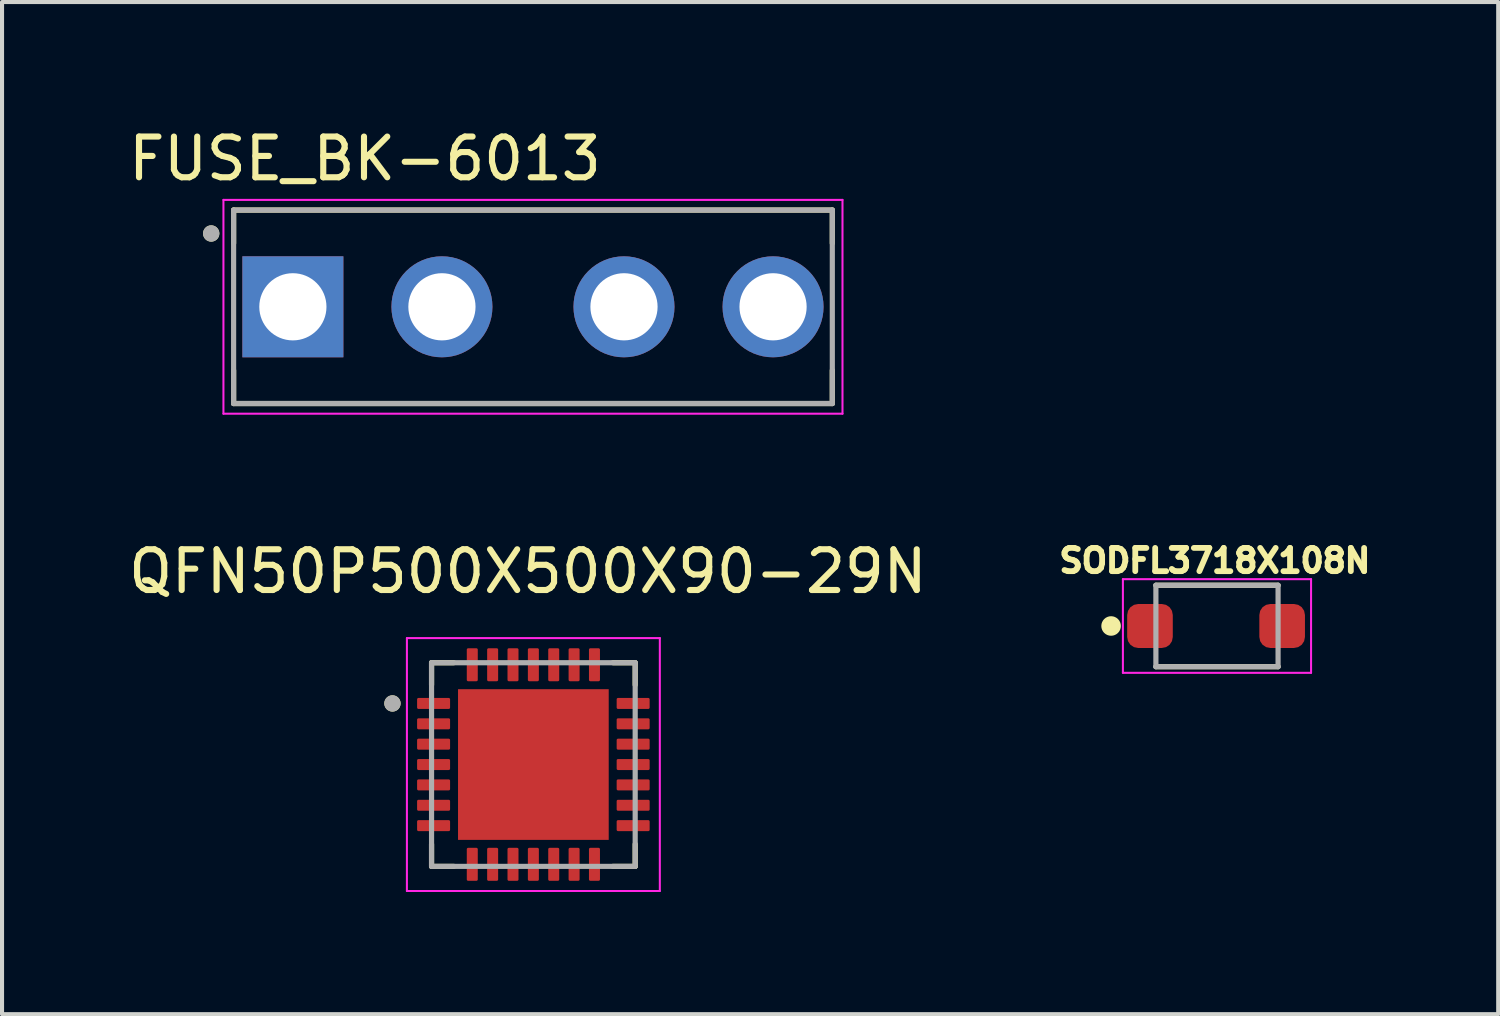
<source format=kicad_pcb>
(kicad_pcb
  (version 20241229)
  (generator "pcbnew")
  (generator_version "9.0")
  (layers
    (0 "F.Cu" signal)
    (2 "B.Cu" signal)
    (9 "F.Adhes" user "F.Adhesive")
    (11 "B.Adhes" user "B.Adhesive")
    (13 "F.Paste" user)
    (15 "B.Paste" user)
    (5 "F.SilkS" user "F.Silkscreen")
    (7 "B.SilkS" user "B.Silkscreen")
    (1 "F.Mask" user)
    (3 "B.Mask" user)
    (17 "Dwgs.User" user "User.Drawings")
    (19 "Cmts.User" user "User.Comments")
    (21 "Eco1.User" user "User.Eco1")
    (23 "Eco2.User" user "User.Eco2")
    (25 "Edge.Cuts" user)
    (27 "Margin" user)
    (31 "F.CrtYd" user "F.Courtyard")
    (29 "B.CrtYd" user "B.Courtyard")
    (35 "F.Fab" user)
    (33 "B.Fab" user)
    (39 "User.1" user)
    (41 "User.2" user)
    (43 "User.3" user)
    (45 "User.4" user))
  (footprint "FUSE_BK-6013"
    (layer "F.Cu")
    (at 10.036 4.483)
    (property "Reference" "FUSE_BK-6013" (at -4.125 -3.635 0) (layer "F.SilkS") (effects (font (size 1 1) (thickness 0.15))))
    (attr through_hole)
    (fp_line (start -7.35 -2.375) (end -7.35 -1.56) (stroke (width 0.127) (type solid)) (layer "F.SilkS"))
    (fp_line (start -7.35 1.56) (end -7.35 2.375) (stroke (width 0.127) (type solid)) (layer "F.SilkS"))
    (fp_line (start -7.35 2.375) (end 7.35 2.375) (stroke (width 0.127) (type solid)) (layer "F.SilkS"))
    (fp_line (start 7.35 -2.375) (end -7.35 -2.375) (stroke (width 0.127) (type solid)) (layer "F.SilkS"))
    (fp_line (start 7.35 -1.56) (end 7.35 -2.375) (stroke (width 0.127) (type solid)) (layer "F.SilkS"))
    (fp_line (start 7.35 2.375) (end 7.35 1.56) (stroke (width 0.127) (type solid)) (layer "F.SilkS"))
    (fp_circle (center -7.9 -1.8) (end -7.8 -1.8) (stroke (width 0.2) (type solid)) (fill no) (layer "F.SilkS"))
    (fp_line (start -7.6 -2.625) (end 7.6 -2.625) (stroke (width 0.05) (type solid)) (layer "F.CrtYd"))
    (fp_line (start -7.6 2.625) (end -7.6 -2.625) (stroke (width 0.05) (type solid)) (layer "F.CrtYd"))
    (fp_line (start 7.6 -2.625) (end 7.6 2.625) (stroke (width 0.05) (type solid)) (layer "F.CrtYd"))
    (fp_line (start 7.6 2.625) (end -7.6 2.625) (stroke (width 0.05) (type solid)) (layer "F.CrtYd"))
    (fp_line (start -7.35 -2.375) (end -7.35 2.375) (stroke (width 0.127) (type solid)) (layer "F.Fab"))
    (fp_line (start -7.35 2.375) (end 7.35 2.375) (stroke (width 0.127) (type solid)) (layer "F.Fab"))
    (fp_line (start 7.35 -2.375) (end -7.35 -2.375) (stroke (width 0.127) (type solid)) (layer "F.Fab"))
    (fp_line (start 7.35 2.375) (end 7.35 -2.375) (stroke (width 0.127) (type solid)) (layer "F.Fab"))
    (fp_circle (center -7.9 -1.8) (end -7.8 -1.8) (stroke (width 0.2) (type solid)) (fill no) (layer "F.Fab"))
    (pad "1" thru_hole rect (at -5.895 0) (size 2.48 2.48) (drill 1.65) (layers "*.Cu" "*.Mask"))
    (pad "2" thru_hole circle (at -2.235 0) (size 2.48 2.48) (drill 1.65) (layers "*.Cu" "*.Mask"))
    (pad "3" thru_hole circle (at 2.235 0) (size 2.48 2.48) (drill 1.65) (layers "*.Cu" "*.Mask"))
    (pad "4" thru_hole circle (at 5.895 0) (size 2.48 2.48) (drill 1.65) (layers "*.Cu" "*.Mask")))
  (footprint "SODFL3718X108N"
    (layer "F.Cu")
    (at 26.831 12.32)
    (property "Reference" "SODFL3718X108N" (at -0.052 -1.603 0) (layer "F.SilkS") (effects (font (size 0.57 0.57) (thickness 0.15))))
    (attr smd)
    (fp_line (start -1.5 -1) (end 1.5 -1) (stroke (width 0.127) (type solid)) (layer "F.SilkS"))
    (fp_line (start 1.5 1) (end -1.5 1) (stroke (width 0.127) (type solid)) (layer "F.SilkS"))
    (fp_circle (center -2.6 0) (end -2.48 0) (stroke (width 0.24) (type solid)) (fill no) (layer "F.SilkS"))
    (fp_line (start -2.31 -1.15) (end -2.31 1.15) (stroke (width 0.05) (type solid)) (layer "F.CrtYd"))
    (fp_line (start -2.31 1.15) (end 2.31 1.15) (stroke (width 0.05) (type solid)) (layer "F.CrtYd"))
    (fp_line (start 2.31 -1.15) (end -2.31 -1.15) (stroke (width 0.05) (type solid)) (layer "F.CrtYd"))
    (fp_line (start 2.31 1.15) (end 2.31 -1.15) (stroke (width 0.05) (type solid)) (layer "F.CrtYd"))
    (fp_line (start -1.5 -1) (end 1.5 -1) (stroke (width 0.127) (type solid)) (layer "F.Fab"))
    (fp_line (start -1.5 1) (end -1.5 -1) (stroke (width 0.127) (type solid)) (layer "F.Fab"))
    (fp_line (start 1.5 -1) (end 1.5 1) (stroke (width 0.127) (type solid)) (layer "F.Fab"))
    (fp_line (start 1.5 1) (end -1.5 1) (stroke (width 0.127) (type solid)) (layer "F.Fab"))
    (pad "A" smd roundrect (at 1.6 0) (size 1.12 1.08) (layers "F.Cu" "F.Mask" "F.Paste") (roundrect_rratio 0.25))
    (pad "C" smd roundrect (at -1.645 0) (size 1.12 1.08) (layers "F.Cu" "F.Mask" "F.Paste") (roundrect_rratio 0.25)))
  (footprint "QFN50P500X500X90-29N"
    (layer "F.Cu")
    (at 10.046 15.722)
    (property "Reference" "QFN50P500X500X90-29N" (at -0.135 -4.74 0) (layer "F.SilkS") (effects (font (size 1 1) (thickness 0.15))))
    (attr smd)
    (fp_line (start -2.5 -2.5) (end -2.5 -1.955) (stroke (width 0.127) (type solid)) (layer "F.SilkS"))
    (fp_line (start -2.5 -2.5) (end -1.955 -2.5) (stroke (width 0.127) (type solid)) (layer "F.SilkS"))
    (fp_line (start -2.5 2.5) (end -2.5 1.955) (stroke (width 0.127) (type solid)) (layer "F.SilkS"))
    (fp_line (start -2.5 2.5) (end -1.955 2.5) (stroke (width 0.127) (type solid)) (layer "F.SilkS"))
    (fp_line (start 2.5 -2.5) (end 1.955 -2.5) (stroke (width 0.127) (type solid)) (layer "F.SilkS"))
    (fp_line (start 2.5 -2.5) (end 2.5 -1.955) (stroke (width 0.127) (type solid)) (layer "F.SilkS"))
    (fp_line (start 2.5 2.5) (end 1.955 2.5) (stroke (width 0.127) (type solid)) (layer "F.SilkS"))
    (fp_line (start 2.5 2.5) (end 2.5 1.955) (stroke (width 0.127) (type solid)) (layer "F.SilkS"))
    (fp_circle (center -3.46 -1.5) (end -3.36 -1.5) (stroke (width 0.2) (type solid)) (fill no) (layer "F.SilkS"))
    (fp_poly (pts (xy -1.17 -1.17) (xy 1.17 -1.17) (xy 1.17 1.17) (xy -1.17 1.17)) (stroke (width 0.01) (type solid)) (fill yes) (layer "F.Paste"))
    (fp_line (start -3.105 -3.105) (end 3.105 -3.105) (stroke (width 0.05) (type solid)) (layer "F.CrtYd"))
    (fp_line (start -3.105 3.105) (end -3.105 -3.105) (stroke (width 0.05) (type solid)) (layer "F.CrtYd"))
    (fp_line (start -3.105 3.105) (end 3.105 3.105) (stroke (width 0.05) (type solid)) (layer "F.CrtYd"))
    (fp_line (start 3.105 3.105) (end 3.105 -3.105) (stroke (width 0.05) (type solid)) (layer "F.CrtYd"))
    (fp_line (start -2.5 2.5) (end -2.5 -2.5) (stroke (width 0.127) (type solid)) (layer "F.Fab"))
    (fp_line (start 2.5 -2.5) (end -2.5 -2.5) (stroke (width 0.127) (type solid)) (layer "F.Fab"))
    (fp_line (start 2.5 2.5) (end -2.5 2.5) (stroke (width 0.127) (type solid)) (layer "F.Fab"))
    (fp_line (start 2.5 2.5) (end 2.5 -2.5) (stroke (width 0.127) (type solid)) (layer "F.Fab"))
    (fp_circle (center -3.46 -1.5) (end -3.36 -1.5) (stroke (width 0.2) (type solid)) (fill no) (layer "F.Fab"))
    (pad "1" smd roundrect (at -2.45 -1.5) (size 0.81 0.27) (layers "F.Cu" "F.Mask" "F.Paste") (roundrect_rratio 0.125))
    (pad "2" smd roundrect (at -2.45 -1) (size 0.81 0.27) (layers "F.Cu" "F.Mask" "F.Paste") (roundrect_rratio 0.125))
    (pad "3" smd roundrect (at -2.45 -0.5) (size 0.81 0.27) (layers "F.Cu" "F.Mask" "F.Paste") (roundrect_rratio 0.125))
    (pad "4" smd roundrect (at -2.45 0) (size 0.81 0.27) (layers "F.Cu" "F.Mask" "F.Paste") (roundrect_rratio 0.125))
    (pad "5" smd roundrect (at -2.45 0.5) (size 0.81 0.27) (layers "F.Cu" "F.Mask" "F.Paste") (roundrect_rratio 0.125))
    (pad "6" smd roundrect (at -2.45 1) (size 0.81 0.27) (layers "F.Cu" "F.Mask" "F.Paste") (roundrect_rratio 0.125))
    (pad "7" smd roundrect (at -2.45 1.5) (size 0.81 0.27) (layers "F.Cu" "F.Mask" "F.Paste") (roundrect_rratio 0.125))
    (pad "8" smd roundrect (at -1.5 2.45) (size 0.27 0.81) (layers "F.Cu" "F.Mask" "F.Paste") (roundrect_rratio 0.125))
    (pad "9" smd roundrect (at -1 2.45) (size 0.27 0.81) (layers "F.Cu" "F.Mask" "F.Paste") (roundrect_rratio 0.125))
    (pad "10" smd roundrect (at -0.5 2.45) (size 0.27 0.81) (layers "F.Cu" "F.Mask" "F.Paste") (roundrect_rratio 0.125))
    (pad "11" smd roundrect (at 0 2.45) (size 0.27 0.81) (layers "F.Cu" "F.Mask" "F.Paste") (roundrect_rratio 0.125))
    (pad "12" smd roundrect (at 0.5 2.45) (size 0.27 0.81) (layers "F.Cu" "F.Mask" "F.Paste") (roundrect_rratio 0.125))
    (pad "13" smd roundrect (at 1 2.45) (size 0.27 0.81) (layers "F.Cu" "F.Mask" "F.Paste") (roundrect_rratio 0.125))
    (pad "14" smd roundrect (at 1.5 2.45) (size 0.27 0.81) (layers "F.Cu" "F.Mask" "F.Paste") (roundrect_rratio 0.125))
    (pad "15" smd roundrect (at 2.45 1.5) (size 0.81 0.27) (layers "F.Cu" "F.Mask" "F.Paste") (roundrect_rratio 0.125))
    (pad "16" smd roundrect (at 2.45 1) (size 0.81 0.27) (layers "F.Cu" "F.Mask" "F.Paste") (roundrect_rratio 0.125))
    (pad "17" smd roundrect (at 2.45 0.5) (size 0.81 0.27) (layers "F.Cu" "F.Mask" "F.Paste") (roundrect_rratio 0.125))
    (pad "18" smd roundrect (at 2.45 0) (size 0.81 0.27) (layers "F.Cu" "F.Mask" "F.Paste") (roundrect_rratio 0.125))
    (pad "19" smd roundrect (at 2.45 -0.5) (size 0.81 0.27) (layers "F.Cu" "F.Mask" "F.Paste") (roundrect_rratio 0.125))
    (pad "20" smd roundrect (at 2.45 -1) (size 0.81 0.27) (layers "F.Cu" "F.Mask" "F.Paste") (roundrect_rratio 0.125))
    (pad "21" smd roundrect (at 2.45 -1.5) (size 0.81 0.27) (layers "F.Cu" "F.Mask" "F.Paste") (roundrect_rratio 0.125))
    (pad "22" smd roundrect (at 1.5 -2.45) (size 0.27 0.81) (layers "F.Cu" "F.Mask" "F.Paste") (roundrect_rratio 0.125))
    (pad "23" smd roundrect (at 1 -2.45) (size 0.27 0.81) (layers "F.Cu" "F.Mask" "F.Paste") (roundrect_rratio 0.125))
    (pad "24" smd roundrect (at 0.5 -2.45) (size 0.27 0.81) (layers "F.Cu" "F.Mask" "F.Paste") (roundrect_rratio 0.125))
    (pad "25" smd roundrect (at 0 -2.45) (size 0.27 0.81) (layers "F.Cu" "F.Mask" "F.Paste") (roundrect_rratio 0.125))
    (pad "26" smd roundrect (at -0.5 -2.45) (size 0.27 0.81) (layers "F.Cu" "F.Mask" "F.Paste") (roundrect_rratio 0.125))
    (pad "27" smd roundrect (at -1 -2.45) (size 0.27 0.81) (layers "F.Cu" "F.Mask" "F.Paste") (roundrect_rratio 0.125))
    (pad "28" smd roundrect (at -1.5 -2.45) (size 0.27 0.81) (layers "F.Cu" "F.Mask" "F.Paste") (roundrect_rratio 0.125))
    (pad "29" smd rect (at 0 0) (size 3.7 3.7) (layers "F.Cu" "F.Mask")))
  (gr_rect
    (start -3 -3)
    (end 33.736 21.852)
    (stroke (width 0.1) (type default))
    (fill no)
    (layer "Edge.Cuts")))
</source>
